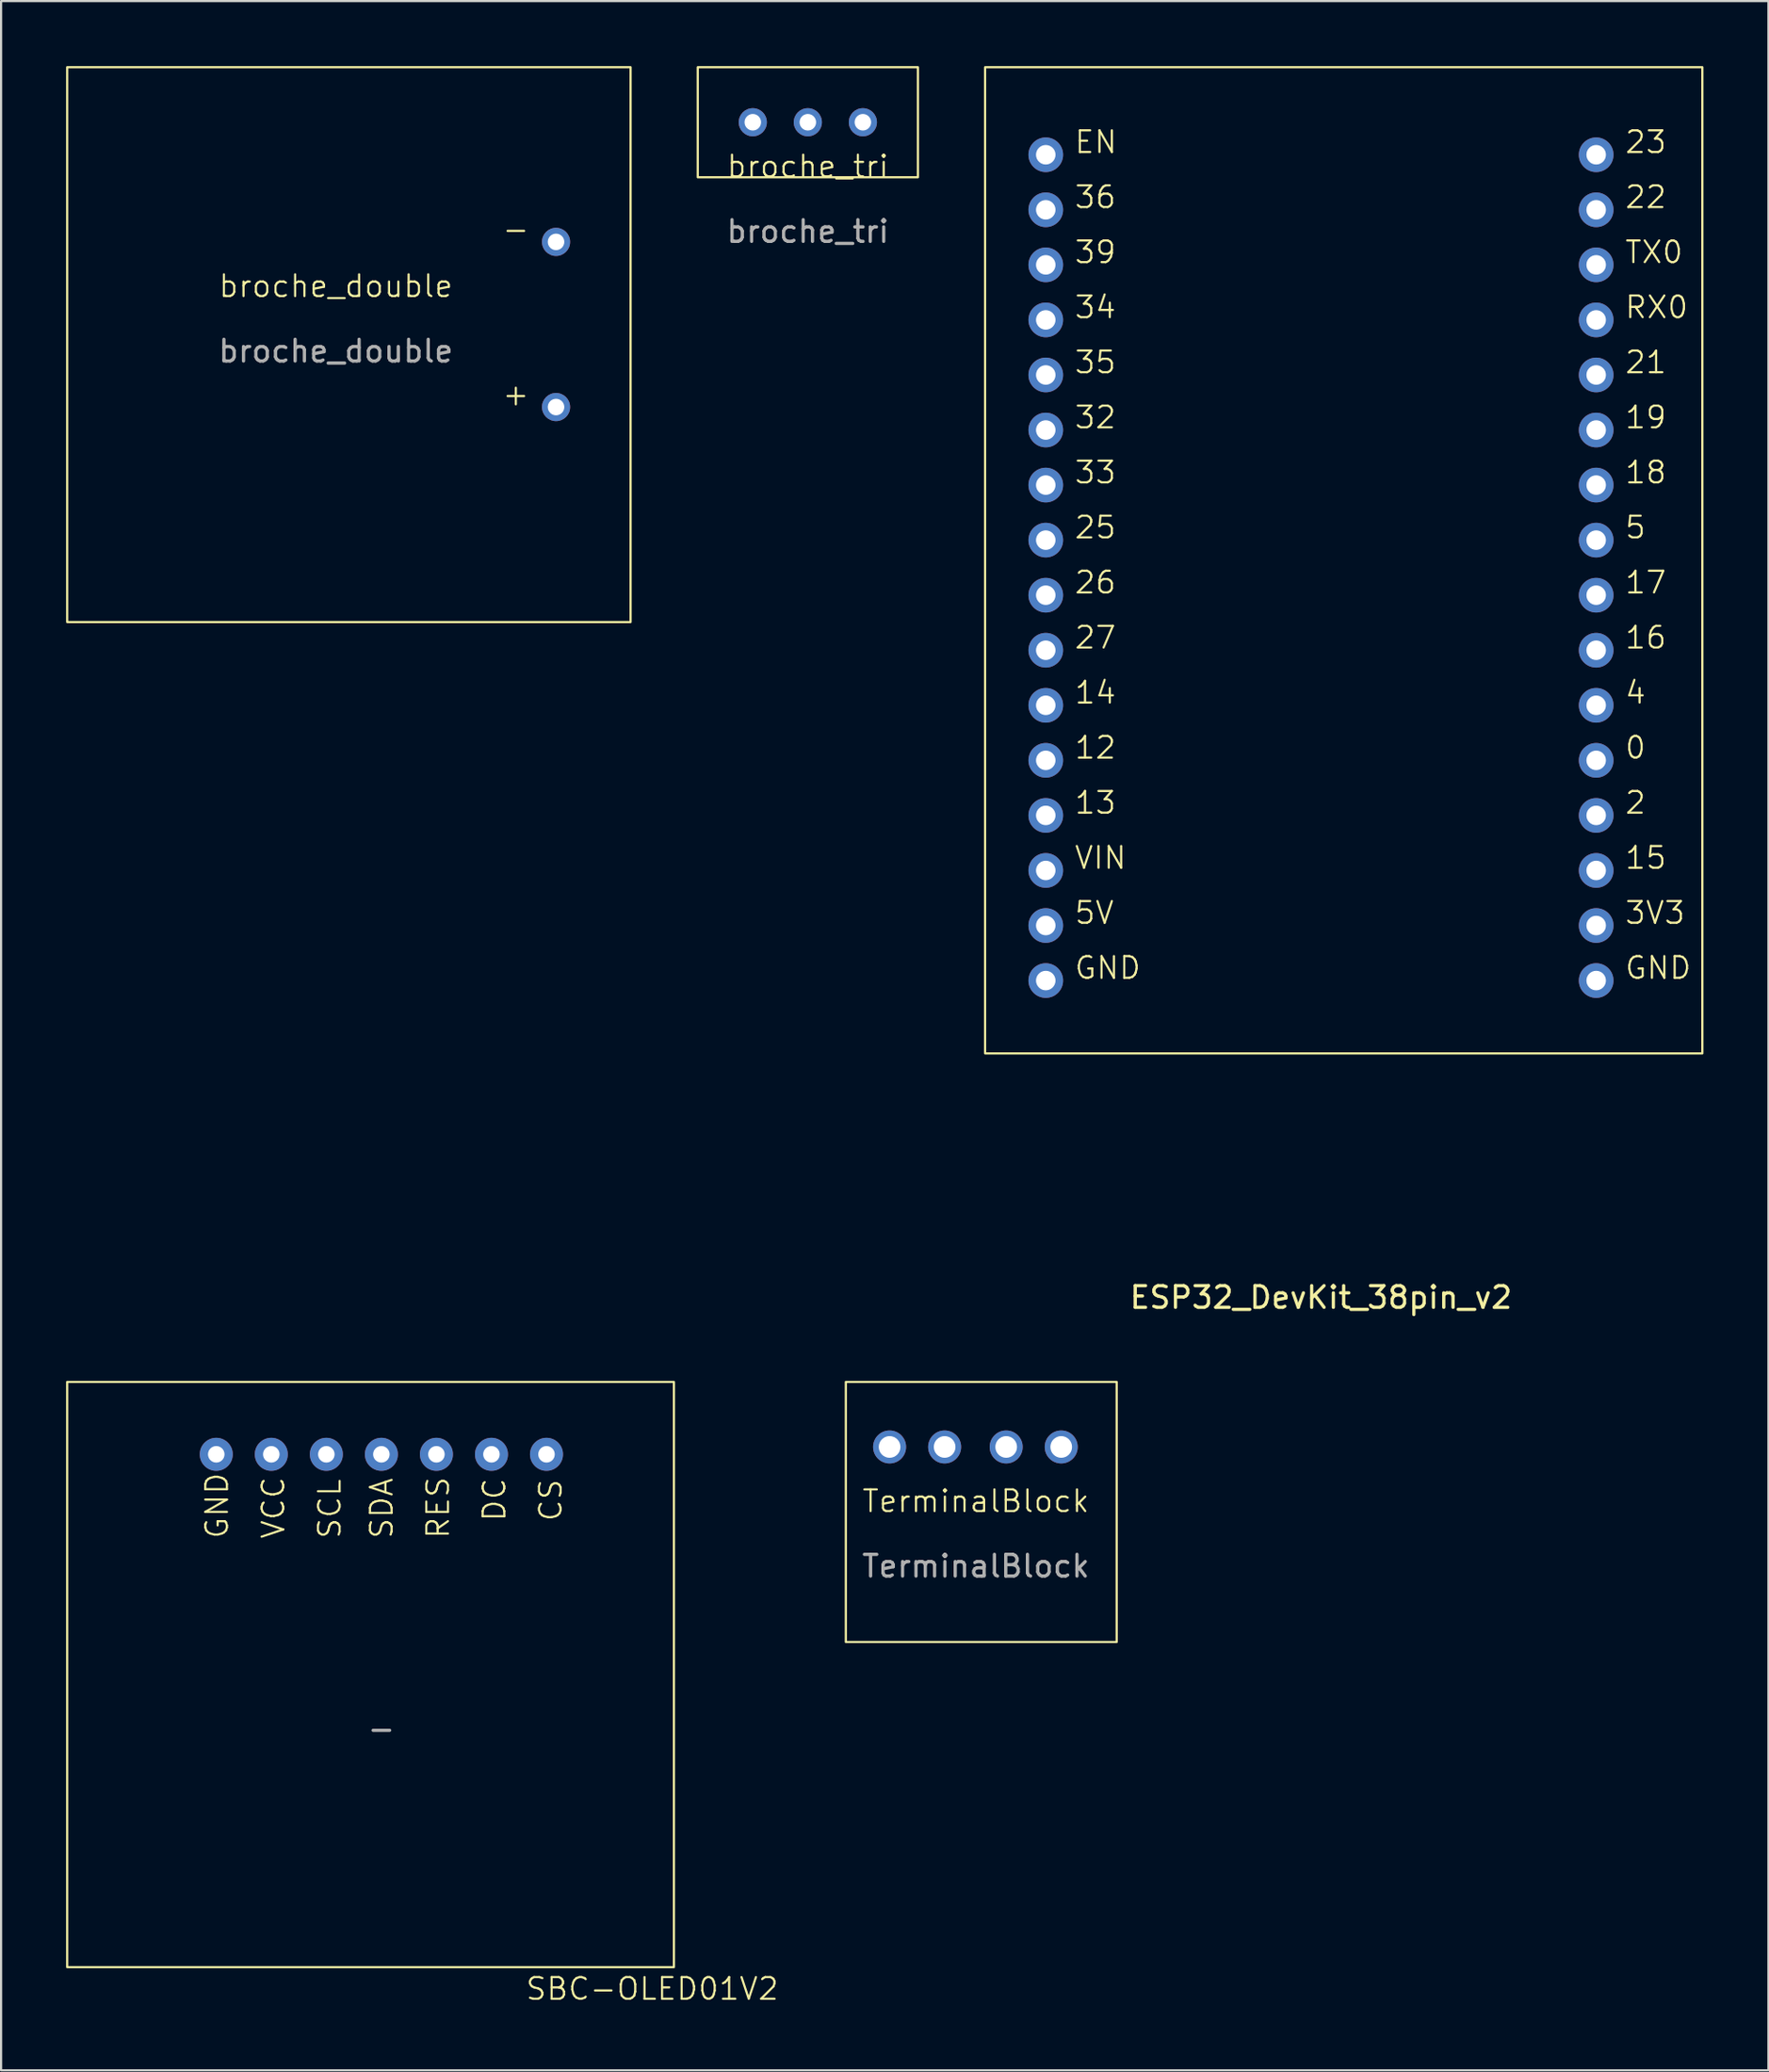
<source format=kicad_pcb>
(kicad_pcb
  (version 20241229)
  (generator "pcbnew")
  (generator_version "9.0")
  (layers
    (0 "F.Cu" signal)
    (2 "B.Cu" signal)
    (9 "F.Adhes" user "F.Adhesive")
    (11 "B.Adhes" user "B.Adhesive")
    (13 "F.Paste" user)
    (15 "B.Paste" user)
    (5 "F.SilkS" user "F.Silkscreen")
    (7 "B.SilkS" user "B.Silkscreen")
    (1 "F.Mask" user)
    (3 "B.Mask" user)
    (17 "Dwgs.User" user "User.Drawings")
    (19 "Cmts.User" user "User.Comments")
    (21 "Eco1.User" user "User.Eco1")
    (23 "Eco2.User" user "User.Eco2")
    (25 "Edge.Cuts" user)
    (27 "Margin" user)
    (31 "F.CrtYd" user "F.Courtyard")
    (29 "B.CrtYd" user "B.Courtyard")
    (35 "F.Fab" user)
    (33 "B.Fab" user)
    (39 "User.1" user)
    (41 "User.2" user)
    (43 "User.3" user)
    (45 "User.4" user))
  (footprint "broche_double"
    (layer "F.Cu")
    (at 12.45 10.65)
    (property "Reference" "broche_double" (at 0 -0.5 0) (unlocked yes) (layer "F.SilkS") (effects (font (size 1 1) (thickness 0.1))))
    (attr through_hole)
    (fp_rect (start -12.4 -10.6) (end 13.6 15) (stroke (width 0.1) (type default)) (fill no) (layer "F.SilkS"))
    (fp_text user "+" (at 7.62 5.08 0) (unlocked yes) (layer "F.SilkS") (effects (font (size 1 1) (thickness 0.1)) (justify left bottom)))
    (fp_text user "-" (at 7.62 -2.54 0) (unlocked yes) (layer "F.SilkS") (effects (font (size 1 1) (thickness 0.1)) (justify left bottom)))
    (fp_text user "${REFERENCE}" (at 0 2.5 0) (unlocked yes) (layer "F.Fab") (effects (font (size 1 1) (thickness 0.15))))
    (pad "1" thru_hole circle (at 10.16 5.08) (size 1.3 1.3) (drill 0.762) (layers "*.Cu" "*.Mask"))
    (pad "2" thru_hole circle (at 10.16 -2.54) (size 1.3 1.3) (drill 0.762) (layers "*.Cu" "*.Mask")))
  (footprint "broche_tri"
    (layer "F.Cu")
    (at 34.23 5.13)
    (property "Reference" "broche_tri" (at 0 -0.5 0) (unlocked yes) (layer "F.SilkS") (effects (font (size 1 1) (thickness 0.1))))
    (attr through_hole)
    (fp_rect (start -5.08 -5.08) (end 5.08 0) (stroke (width 0.1) (type default)) (fill no) (layer "F.SilkS"))
    (fp_text user "${REFERENCE}" (at 0 2.5 0) (unlocked yes) (layer "F.Fab") (effects (font (size 1 1) (thickness 0.15))))
    (pad "1" thru_hole circle (at -2.54 -2.54) (size 1.3 1.3) (drill 0.762) (layers "*.Cu" "*.Mask"))
    (pad "2" thru_hole circle (at 0 -2.54) (size 1.3 1.3) (drill 0.762) (layers "*.Cu" "*.Mask"))
    (pad "3" thru_hole circle (at 2.54 -2.54) (size 1.3 1.3) (drill 0.762) (layers "*.Cu" "*.Mask")))
  (footprint "TerminalBlock"
    (layer "F.Cu")
    (at 41.983 66.708)
    (property "Reference" "TerminalBlock" (at 0 -0.5 0) (unlocked yes) (layer "F.SilkS") (effects (font (size 1 1) (thickness 0.1))))
    (attr through_hole)
    (fp_rect (start -6 -6) (end 6.5 6) (stroke (width 0.1) (type default)) (fill no) (layer "F.SilkS"))
    (fp_text user "${REFERENCE}" (at 0 2.5 0) (unlocked yes) (layer "F.Fab") (effects (font (size 1 1) (thickness 0.15))))
    (pad "1" thru_hole circle (at -3.98 -3) (size 1.524 1.524) (drill 1) (layers "*.Cu" "*.Mask"))
    (pad "2" thru_hole circle (at -1.44 -3) (size 1.524 1.524) (drill 1) (layers "*.Cu" "*.Mask"))
    (pad "3" thru_hole circle (at 1.4 -3) (size 1.524 1.524) (drill 1) (layers "*.Cu" "*.Mask"))
    (pad "4" thru_hole circle (at 3.94 -3) (size 1.524 1.524) (drill 1) (layers "*.Cu" "*.Mask")))
  (footprint "ESP32_DevKit_38pin_v2"
    (layer "F.Cu")
    (at 57.91 26.95)
    (property "Reference" "ESP32_DevKit_38pin_v2" (at 0 29.86 0) (layer "F.SilkS") (effects (font (size 1 1) (thickness 0.15))))
    (attr through_hole)
    (fp_rect (start -15.5 -26.9) (end 17.6 18.6) (stroke (width 0.1) (type default)) (fill no) (layer "F.SilkS"))
    (fp_text user "18" (at 13.97 -7.62 0) (unlocked yes) (layer "F.SilkS") (effects (font (size 1 1) (thickness 0.1)) (justify left bottom)))
    (fp_text user "GND" (at 13.97 15.24 0) (unlocked yes) (layer "F.SilkS") (effects (font (size 1 1) (thickness 0.1)) (justify left bottom)))
    (fp_text user "4" (at 13.97 2.54 0) (unlocked yes) (layer "F.SilkS") (effects (font (size 1 1) (thickness 0.1)) (justify left bottom)))
    (fp_text user "21" (at 13.97 -12.7 0) (unlocked yes) (layer "F.SilkS") (effects (font (size 1 1) (thickness 0.1)) (justify left bottom)))
    (fp_text user "39" (at -11.43 -17.78 0) (unlocked yes) (layer "F.SilkS") (effects (font (size 1 1) (thickness 0.1)) (justify left bottom)))
    (fp_text user "19" (at 13.97 -10.16 0) (unlocked yes) (layer "F.SilkS") (effects (font (size 1 1) (thickness 0.1)) (justify left bottom)))
    (fp_text user "17" (at 13.97 -2.54 0) (unlocked yes) (layer "F.SilkS") (effects (font (size 1 1) (thickness 0.1)) (justify left bottom)))
    (fp_text user "12" (at -11.43 5.08 0) (unlocked yes) (layer "F.SilkS") (effects (font (size 1 1) (thickness 0.1)) (justify left bottom)))
    (fp_text user "EN" (at -11.43 -22.86 0) (unlocked yes) (layer "F.SilkS") (effects (font (size 1 1) (thickness 0.1)) (justify left bottom)))
    (fp_text user "35" (at -11.43 -12.7 0) (unlocked yes) (layer "F.SilkS") (effects (font (size 1 1) (thickness 0.1)) (justify left bottom)))
    (fp_text user "3V3" (at 13.97 12.7 0) (unlocked yes) (layer "F.SilkS") (effects (font (size 1 1) (thickness 0.1)) (justify left bottom)))
    (fp_text user "34" (at -11.43 -15.24 0) (unlocked yes) (layer "F.SilkS") (effects (font (size 1 1) (thickness 0.1)) (justify left bottom)))
    (fp_text user "RX0" (at 13.97 -15.24 0) (unlocked yes) (layer "F.SilkS") (effects (font (size 1 1) (thickness 0.1)) (justify left bottom)))
    (fp_text user "0" (at 13.97 5.08 0) (unlocked yes) (layer "F.SilkS") (effects (font (size 1 1) (thickness 0.1)) (justify left bottom)))
    (fp_text user "33" (at -11.43 -7.62 0) (unlocked yes) (layer "F.SilkS") (effects (font (size 1 1) (thickness 0.1)) (justify left bottom)))
    (fp_text user "27" (at -11.43 0 0) (unlocked yes) (layer "F.SilkS") (effects (font (size 1 1) (thickness 0.1)) (justify left bottom)))
    (fp_text user "26" (at -11.43 -2.54 0) (unlocked yes) (layer "F.SilkS") (effects (font (size 1 1) (thickness 0.1)) (justify left bottom)))
    (fp_text user "2" (at 13.97 7.62 0) (unlocked yes) (layer "F.SilkS") (effects (font (size 1 1) (thickness 0.1)) (justify left bottom)))
    (fp_text user "15" (at 13.97 10.16 0) (unlocked yes) (layer "F.SilkS") (effects (font (size 1 1) (thickness 0.1)) (justify left bottom)))
    (fp_text user "23" (at 13.97 -22.86 0) (unlocked yes) (layer "F.SilkS") (effects (font (size 1 1) (thickness 0.1)) (justify left bottom)))
    (fp_text user "13" (at -11.43 7.62 0) (unlocked yes) (layer "F.SilkS") (effects (font (size 1 1) (thickness 0.1)) (justify left bottom)))
    (fp_text user "36" (at -11.43 -20.32 0) (unlocked yes) (layer "F.SilkS") (effects (font (size 1 1) (thickness 0.1)) (justify left bottom)))
    (fp_text user "32" (at -11.43 -10.16 0) (unlocked yes) (layer "F.SilkS") (effects (font (size 1 1) (thickness 0.1)) (justify left bottom)))
    (fp_text user "GND" (at -11.43 15.24 0) (unlocked yes) (layer "F.SilkS") (effects (font (size 1 1) (thickness 0.1)) (justify left bottom)))
    (fp_text user "25" (at -11.43 -5.08 0) (unlocked yes) (layer "F.SilkS") (effects (font (size 1 1) (thickness 0.1)) (justify left bottom)))
    (fp_text user "22" (at 13.97 -20.32 0) (unlocked yes) (layer "F.SilkS") (effects (font (size 1 1) (thickness 0.1)) (justify left bottom)))
    (fp_text user "VIN" (at -11.43 10.16 0) (unlocked yes) (layer "F.SilkS") (effects (font (size 1 1) (thickness 0.1)) (justify left bottom)))
    (fp_text user "14" (at -11.43 2.54 0) (unlocked yes) (layer "F.SilkS") (effects (font (size 1 1) (thickness 0.1)) (justify left bottom)))
    (fp_text user "5" (at 13.97 -5.08 0) (unlocked yes) (layer "F.SilkS") (effects (font (size 1 1) (thickness 0.1)) (justify left bottom)))
    (fp_text user "TX0" (at 13.97 -17.78 0) (unlocked yes) (layer "F.SilkS") (effects (font (size 1 1) (thickness 0.1)) (justify left bottom)))
    (fp_text user "16" (at 13.97 0 0) (unlocked yes) (layer "F.SilkS") (effects (font (size 1 1) (thickness 0.1)) (justify left bottom)))
    (fp_text user "5V" (at -11.43 12.7 0) (unlocked yes) (layer "F.SilkS") (effects (font (size 1 1) (thickness 0.1)) (justify left bottom)))
    (pad "1" thru_hole circle (at -12.7 -22.86) (size 1.6 1.6) (drill 0.9) (layers "*.Cu" "*.Mask"))
    (pad "2" thru_hole circle (at -12.7 -20.32) (size 1.6 1.6) (drill 0.9) (layers "*.Cu" "*.Mask"))
    (pad "3" thru_hole circle (at -12.7 -17.78) (size 1.6 1.6) (drill 0.9) (layers "*.Cu" "*.Mask"))
    (pad "4" thru_hole circle (at -12.7 -15.24) (size 1.6 1.6) (drill 0.9) (layers "*.Cu" "*.Mask"))
    (pad "5" thru_hole circle (at -12.7 -12.7) (size 1.6 1.6) (drill 0.9) (layers "*.Cu" "*.Mask"))
    (pad "6" thru_hole circle (at -12.7 -10.16) (size 1.6 1.6) (drill 0.9) (layers "*.Cu" "*.Mask"))
    (pad "7" thru_hole circle (at -12.7 -7.62) (size 1.6 1.6) (drill 0.9) (layers "*.Cu" "*.Mask"))
    (pad "8" thru_hole circle (at -12.7 -5.08) (size 1.6 1.6) (drill 0.9) (layers "*.Cu" "*.Mask"))
    (pad "9" thru_hole circle (at -12.7 -2.54) (size 1.6 1.6) (drill 0.9) (layers "*.Cu" "*.Mask"))
    (pad "10" thru_hole circle (at -12.7 0) (size 1.6 1.6) (drill 0.9) (layers "*.Cu" "*.Mask"))
    (pad "11" thru_hole circle (at -12.7 2.54) (size 1.6 1.6) (drill 0.9) (layers "*.Cu" "*.Mask"))
    (pad "12" thru_hole circle (at -12.7 5.08) (size 1.6 1.6) (drill 0.9) (layers "*.Cu" "*.Mask"))
    (pad "13" thru_hole circle (at -12.7 7.62) (size 1.6 1.6) (drill 0.9) (layers "*.Cu" "*.Mask"))
    (pad "14" thru_hole circle (at -12.7 10.16) (size 1.6 1.6) (drill 0.9) (layers "*.Cu" "*.Mask"))
    (pad "15" thru_hole circle (at -12.7 12.7) (size 1.6 1.6) (drill 0.9) (layers "*.Cu" "*.Mask"))
    (pad "16" thru_hole circle (at -12.7 15.24) (size 1.6 1.6) (drill 0.9) (layers "*.Cu" "*.Mask"))
    (pad "17" thru_hole circle (at 12.7 -22.86) (size 1.6 1.6) (drill 0.9) (layers "*.Cu" "*.Mask"))
    (pad "18" thru_hole circle (at 12.7 -20.32) (size 1.6 1.6) (drill 0.9) (layers "*.Cu" "*.Mask"))
    (pad "19" thru_hole circle (at 12.7 -17.78) (size 1.6 1.6) (drill 0.9) (layers "*.Cu" "*.Mask"))
    (pad "20" thru_hole circle (at 12.7 -15.24) (size 1.6 1.6) (drill 0.9) (layers "*.Cu" "*.Mask"))
    (pad "21" thru_hole circle (at 12.7 -12.7) (size 1.6 1.6) (drill 0.9) (layers "*.Cu" "*.Mask"))
    (pad "22" thru_hole circle (at 12.7 -10.16) (size 1.6 1.6) (drill 0.9) (layers "*.Cu" "*.Mask"))
    (pad "23" thru_hole circle (at 12.7 -7.62) (size 1.6 1.6) (drill 0.9) (layers "*.Cu" "*.Mask"))
    (pad "24" thru_hole circle (at 12.7 -5.08) (size 1.6 1.6) (drill 0.9) (layers "*.Cu" "*.Mask"))
    (pad "25" thru_hole circle (at 12.7 -2.54) (size 1.6 1.6) (drill 0.9) (layers "*.Cu" "*.Mask"))
    (pad "26" thru_hole circle (at 12.7 0) (size 1.6 1.6) (drill 0.9) (layers "*.Cu" "*.Mask"))
    (pad "27" thru_hole circle (at 12.7 2.54) (size 1.6 1.6) (drill 0.9) (layers "*.Cu" "*.Mask"))
    (pad "28" thru_hole circle (at 12.7 5.08) (size 1.6 1.6) (drill 0.9) (layers "*.Cu" "*.Mask"))
    (pad "29" thru_hole circle (at 12.7 7.62) (size 1.6 1.6) (drill 0.9) (layers "*.Cu" "*.Mask"))
    (pad "30" thru_hole circle (at 12.7 10.16) (size 1.6 1.6) (drill 0.9) (layers "*.Cu" "*.Mask"))
    (pad "31" thru_hole circle (at 12.7 12.7) (size 1.6 1.6) (drill 0.9) (layers "*.Cu" "*.Mask"))
    (pad "32" thru_hole circle (at 12.7 15.24) (size 1.6 1.6) (drill 0.9) (layers "*.Cu" "*.Mask")))
  (footprint "SBC-OLED01V2"
    (layer "F.Cu")
    (at 14.55 74.208)
    (property "Reference" "SBC-OLED01V2" (at 12.5 14.5 0) (unlocked yes) (layer "F.SilkS") (effects (font (size 1 1) (thickness 0.1))))
    (attr through_hole)
    (fp_rect (start -14.5 -13.5) (end 13.5 13.5) (stroke (width 0.1) (type default)) (fill no) (layer "F.SilkS"))
    (fp_text user "SCL" (at -1.8 -6.2 90) (unlocked yes) (layer "F.SilkS") (effects (font (size 1 1) (thickness 0.1)) (justify left bottom)))
    (fp_text user "SDA" (at 0.6 -6.2 90) (unlocked yes) (layer "F.SilkS") (effects (font (size 1 1) (thickness 0.1)) (justify left bottom)))
    (fp_text user "GND" (at -7 -6.2 90) (unlocked yes) (layer "F.SilkS") (effects (font (size 1 1) (thickness 0.1)) (justify left bottom)))
    (fp_text user "CS" (at 8.4 -7 90) (unlocked yes) (layer "F.SilkS") (effects (font (size 1 1) (thickness 0.1)) (justify left bottom)))
    (fp_text user "DC" (at 5.8 -7 90) (unlocked yes) (layer "F.SilkS") (effects (font (size 1 1) (thickness 0.1)) (justify left bottom)))
    (fp_text user "RES" (at 3.2 -6.2 90) (unlocked yes) (layer "F.SilkS") (effects (font (size 1 1) (thickness 0.1)) (justify left bottom)))
    (fp_text user "VCC" (at -4.4 -6.2 90) (unlocked yes) (layer "F.SilkS") (effects (font (size 1 1) (thickness 0.1)) (justify left bottom)))
    (fp_text user "-" (at 0 2.5 0) (unlocked yes) (layer "F.Fab") (effects (font (size 1 1) (thickness 0.15))))
    (pad "1" thru_hole circle (at -7.62 -10.16) (size 1.524 1.524) (drill 0.762) (layers "*.Cu" "*.Mask"))
    (pad "2" thru_hole circle (at -5.08 -10.16) (size 1.524 1.524) (drill 0.762) (layers "*.Cu" "*.Mask"))
    (pad "3" thru_hole circle (at -2.54 -10.16) (size 1.524 1.524) (drill 0.762) (layers "*.Cu" "*.Mask"))
    (pad "4" thru_hole circle (at 0 -10.16) (size 1.524 1.524) (drill 0.762) (layers "*.Cu" "*.Mask"))
    (pad "5" thru_hole circle (at 2.54 -10.16) (size 1.524 1.524) (drill 0.762) (layers "*.Cu" "*.Mask"))
    (pad "6" thru_hole circle (at 5.08 -10.16) (size 1.524 1.524) (drill 0.762) (layers "*.Cu" "*.Mask"))
    (pad "7" thru_hole circle (at 7.62 -10.16) (size 1.524 1.524) (drill 0.762) (layers "*.Cu" "*.Mask"))
    (zone (net_name "") (layer "F.SilkS") (hatch edge 0.5) (connect_pads) (min_thickness 0.25) (filled_areas_thickness no) (keepout (tracks allowed) (vias allowed) (pads not_allowed) (copperpour allowed) (footprints not_allowed)) (placement (enabled no)) (fill) (polygon (pts (xy 0.05 60.708) (xy 28.05 60.708) (xy 28.05 87.708) (xy 0.05 87.708)))))
  (gr_rect
    (start -3 -3)
    (end 78.56 92.469)
    (stroke (width 0.1) (type default))
    (fill no)
    (layer "Edge.Cuts")))
</source>
